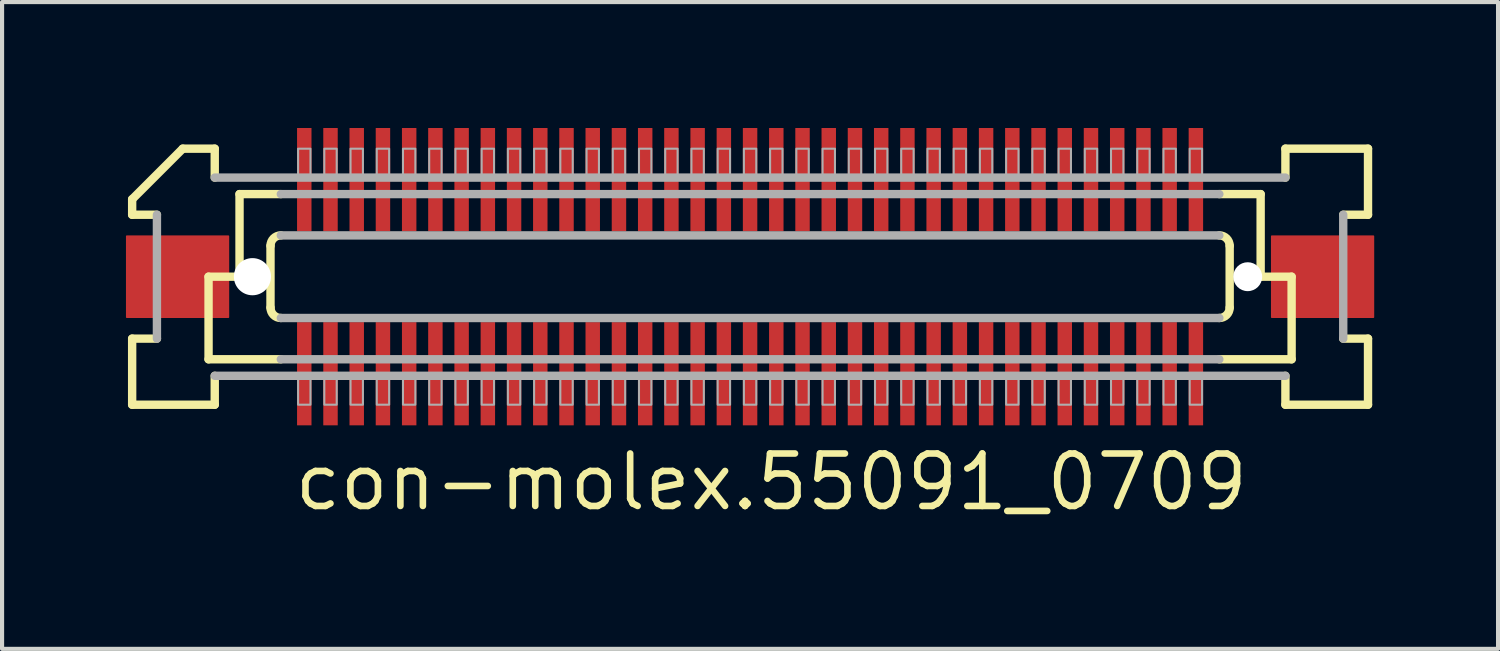
<source format=kicad_pcb>
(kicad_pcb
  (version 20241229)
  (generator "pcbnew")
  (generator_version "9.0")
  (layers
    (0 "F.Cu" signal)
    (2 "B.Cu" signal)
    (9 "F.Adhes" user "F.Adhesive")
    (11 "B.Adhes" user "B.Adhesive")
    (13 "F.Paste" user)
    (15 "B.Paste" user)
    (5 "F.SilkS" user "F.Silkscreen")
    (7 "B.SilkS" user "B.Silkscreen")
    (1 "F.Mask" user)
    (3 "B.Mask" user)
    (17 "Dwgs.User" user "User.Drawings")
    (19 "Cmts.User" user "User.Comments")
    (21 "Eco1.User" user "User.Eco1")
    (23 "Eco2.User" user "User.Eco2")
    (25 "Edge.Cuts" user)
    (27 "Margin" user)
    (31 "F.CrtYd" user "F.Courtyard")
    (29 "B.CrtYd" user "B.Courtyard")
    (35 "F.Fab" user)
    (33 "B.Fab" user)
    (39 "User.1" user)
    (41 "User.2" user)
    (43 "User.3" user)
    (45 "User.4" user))
  (footprint "con-molex.55091_0709"
    (layer "F.Cu")
    (at 15.113 3.65)
    (property "Reference" "con-molex.55091_0709" (at -11.113 5.715 0) (layer "F.SilkS") (effects (font (size 1.27 1.27) (thickness 0.16)) (justify left bottom)))
    (attr smd)
    (fp_rect (start -10.995 -1.075) (end -10.595 -3.625) (stroke (width 0.05) (type default)) (fill yes) (layer "F.Mask"))
    (fp_rect (start -10.995 3.625) (end -10.595 1.075) (stroke (width 0.05) (type default)) (fill yes) (layer "F.Mask"))
    (fp_rect (start -10.36 -1.075) (end -9.96 -3.625) (stroke (width 0.05) (type default)) (fill yes) (layer "F.Mask"))
    (fp_rect (start -10.36 3.625) (end -9.96 1.075) (stroke (width 0.05) (type default)) (fill yes) (layer "F.Mask"))
    (fp_rect (start -9.725 -1.075) (end -9.325 -3.625) (stroke (width 0.05) (type default)) (fill yes) (layer "F.Mask"))
    (fp_rect (start -9.725 3.625) (end -9.325 1.075) (stroke (width 0.05) (type default)) (fill yes) (layer "F.Mask"))
    (fp_rect (start -9.09 -1.075) (end -8.69 -3.625) (stroke (width 0.05) (type default)) (fill yes) (layer "F.Mask"))
    (fp_rect (start -9.09 3.625) (end -8.69 1.075) (stroke (width 0.05) (type default)) (fill yes) (layer "F.Mask"))
    (fp_rect (start -8.455 -1.075) (end -8.055 -3.625) (stroke (width 0.05) (type default)) (fill yes) (layer "F.Mask"))
    (fp_rect (start -8.455 3.625) (end -8.055 1.075) (stroke (width 0.05) (type default)) (fill yes) (layer "F.Mask"))
    (fp_rect (start -7.82 -1.075) (end -7.42 -3.625) (stroke (width 0.05) (type default)) (fill yes) (layer "F.Mask"))
    (fp_rect (start -7.82 3.625) (end -7.42 1.075) (stroke (width 0.05) (type default)) (fill yes) (layer "F.Mask"))
    (fp_rect (start -7.185 -1.075) (end -6.785 -3.625) (stroke (width 0.05) (type default)) (fill yes) (layer "F.Mask"))
    (fp_rect (start -7.185 3.625) (end -6.785 1.075) (stroke (width 0.05) (type default)) (fill yes) (layer "F.Mask"))
    (fp_rect (start -6.55 -1.075) (end -6.15 -3.625) (stroke (width 0.05) (type default)) (fill yes) (layer "F.Mask"))
    (fp_rect (start -6.55 3.625) (end -6.15 1.075) (stroke (width 0.05) (type default)) (fill yes) (layer "F.Mask"))
    (fp_rect (start -5.915 -1.075) (end -5.515 -3.625) (stroke (width 0.05) (type default)) (fill yes) (layer "F.Mask"))
    (fp_rect (start -5.915 3.625) (end -5.515 1.075) (stroke (width 0.05) (type default)) (fill yes) (layer "F.Mask"))
    (fp_rect (start -5.28 -1.075) (end -4.88 -3.625) (stroke (width 0.05) (type default)) (fill yes) (layer "F.Mask"))
    (fp_rect (start -5.28 3.625) (end -4.88 1.075) (stroke (width 0.05) (type default)) (fill yes) (layer "F.Mask"))
    (fp_rect (start -4.645 -1.075) (end -4.245 -3.625) (stroke (width 0.05) (type default)) (fill yes) (layer "F.Mask"))
    (fp_rect (start -4.645 3.625) (end -4.245 1.075) (stroke (width 0.05) (type default)) (fill yes) (layer "F.Mask"))
    (fp_rect (start -4.01 -1.075) (end -3.61 -3.625) (stroke (width 0.05) (type default)) (fill yes) (layer "F.Mask"))
    (fp_rect (start -4.01 3.625) (end -3.61 1.075) (stroke (width 0.05) (type default)) (fill yes) (layer "F.Mask"))
    (fp_rect (start -3.375 -1.075) (end -2.975 -3.625) (stroke (width 0.05) (type default)) (fill yes) (layer "F.Mask"))
    (fp_rect (start -3.375 3.625) (end -2.975 1.075) (stroke (width 0.05) (type default)) (fill yes) (layer "F.Mask"))
    (fp_rect (start -2.74 -1.075) (end -2.34 -3.625) (stroke (width 0.05) (type default)) (fill yes) (layer "F.Mask"))
    (fp_rect (start -2.74 3.625) (end -2.34 1.075) (stroke (width 0.05) (type default)) (fill yes) (layer "F.Mask"))
    (fp_rect (start -2.105 -1.075) (end -1.705 -3.625) (stroke (width 0.05) (type default)) (fill yes) (layer "F.Mask"))
    (fp_rect (start -2.105 3.625) (end -1.705 1.075) (stroke (width 0.05) (type default)) (fill yes) (layer "F.Mask"))
    (fp_rect (start -1.47 -1.075) (end -1.07 -3.625) (stroke (width 0.05) (type default)) (fill yes) (layer "F.Mask"))
    (fp_rect (start -1.47 3.625) (end -1.07 1.075) (stroke (width 0.05) (type default)) (fill yes) (layer "F.Mask"))
    (fp_rect (start -0.835 -1.075) (end -0.435 -3.625) (stroke (width 0.05) (type default)) (fill yes) (layer "F.Mask"))
    (fp_rect (start -0.835 3.625) (end -0.435 1.075) (stroke (width 0.05) (type default)) (fill yes) (layer "F.Mask"))
    (fp_rect (start -0.2 -1.075) (end 0.2 -3.625) (stroke (width 0.05) (type default)) (fill yes) (layer "F.Mask"))
    (fp_rect (start -0.2 3.625) (end 0.2 1.075) (stroke (width 0.05) (type default)) (fill yes) (layer "F.Mask"))
    (fp_rect (start 0.435 -1.075) (end 0.835 -3.625) (stroke (width 0.05) (type default)) (fill yes) (layer "F.Mask"))
    (fp_rect (start 0.435 3.625) (end 0.835 1.075) (stroke (width 0.05) (type default)) (fill yes) (layer "F.Mask"))
    (fp_rect (start 1.07 -1.075) (end 1.47 -3.625) (stroke (width 0.05) (type default)) (fill yes) (layer "F.Mask"))
    (fp_rect (start 1.07 3.625) (end 1.47 1.075) (stroke (width 0.05) (type default)) (fill yes) (layer "F.Mask"))
    (fp_rect (start 1.705 -1.075) (end 2.105 -3.625) (stroke (width 0.05) (type default)) (fill yes) (layer "F.Mask"))
    (fp_rect (start 1.705 3.625) (end 2.105 1.075) (stroke (width 0.05) (type default)) (fill yes) (layer "F.Mask"))
    (fp_rect (start 2.34 -1.075) (end 2.74 -3.625) (stroke (width 0.05) (type default)) (fill yes) (layer "F.Mask"))
    (fp_rect (start 2.34 3.625) (end 2.74 1.075) (stroke (width 0.05) (type default)) (fill yes) (layer "F.Mask"))
    (fp_rect (start 2.975 -1.075) (end 3.375 -3.625) (stroke (width 0.05) (type default)) (fill yes) (layer "F.Mask"))
    (fp_rect (start 2.975 3.625) (end 3.375 1.075) (stroke (width 0.05) (type default)) (fill yes) (layer "F.Mask"))
    (fp_rect (start 3.61 -1.075) (end 4.01 -3.625) (stroke (width 0.05) (type default)) (fill yes) (layer "F.Mask"))
    (fp_rect (start 3.61 3.625) (end 4.01 1.075) (stroke (width 0.05) (type default)) (fill yes) (layer "F.Mask"))
    (fp_rect (start 4.245 -1.075) (end 4.645 -3.625) (stroke (width 0.05) (type default)) (fill yes) (layer "F.Mask"))
    (fp_rect (start 4.245 3.625) (end 4.645 1.075) (stroke (width 0.05) (type default)) (fill yes) (layer "F.Mask"))
    (fp_rect (start 4.88 -1.075) (end 5.28 -3.625) (stroke (width 0.05) (type default)) (fill yes) (layer "F.Mask"))
    (fp_rect (start 4.88 3.625) (end 5.28 1.075) (stroke (width 0.05) (type default)) (fill yes) (layer "F.Mask"))
    (fp_rect (start 5.515 -1.075) (end 5.915 -3.625) (stroke (width 0.05) (type default)) (fill yes) (layer "F.Mask"))
    (fp_rect (start 5.515 3.625) (end 5.915 1.075) (stroke (width 0.05) (type default)) (fill yes) (layer "F.Mask"))
    (fp_rect (start 6.15 -1.075) (end 6.55 -3.625) (stroke (width 0.05) (type default)) (fill yes) (layer "F.Mask"))
    (fp_rect (start 6.15 3.625) (end 6.55 1.075) (stroke (width 0.05) (type default)) (fill yes) (layer "F.Mask"))
    (fp_rect (start 6.785 -1.075) (end 7.185 -3.625) (stroke (width 0.05) (type default)) (fill yes) (layer "F.Mask"))
    (fp_rect (start 6.785 3.625) (end 7.185 1.075) (stroke (width 0.05) (type default)) (fill yes) (layer "F.Mask"))
    (fp_rect (start 7.42 -1.075) (end 7.82 -3.625) (stroke (width 0.05) (type default)) (fill yes) (layer "F.Mask"))
    (fp_rect (start 7.42 3.625) (end 7.82 1.075) (stroke (width 0.05) (type default)) (fill yes) (layer "F.Mask"))
    (fp_rect (start 8.055 -1.075) (end 8.455 -3.625) (stroke (width 0.05) (type default)) (fill yes) (layer "F.Mask"))
    (fp_rect (start 8.055 3.625) (end 8.455 1.075) (stroke (width 0.05) (type default)) (fill yes) (layer "F.Mask"))
    (fp_rect (start 8.69 -1.075) (end 9.09 -3.625) (stroke (width 0.05) (type default)) (fill yes) (layer "F.Mask"))
    (fp_rect (start 8.69 3.625) (end 9.09 1.075) (stroke (width 0.05) (type default)) (fill yes) (layer "F.Mask"))
    (fp_rect (start 9.325 -1.075) (end 9.725 -3.625) (stroke (width 0.05) (type default)) (fill yes) (layer "F.Mask"))
    (fp_rect (start 9.325 3.625) (end 9.725 1.075) (stroke (width 0.05) (type default)) (fill yes) (layer "F.Mask"))
    (fp_rect (start 9.96 -1.075) (end 10.36 -3.625) (stroke (width 0.05) (type default)) (fill yes) (layer "F.Mask"))
    (fp_rect (start 9.96 3.625) (end 10.36 1.075) (stroke (width 0.05) (type default)) (fill yes) (layer "F.Mask"))
    (fp_rect (start 10.595 -1.075) (end 10.995 -3.625) (stroke (width 0.05) (type default)) (fill yes) (layer "F.Mask"))
    (fp_rect (start 10.595 3.625) (end 10.995 1.075) (stroke (width 0.05) (type default)) (fill yes) (layer "F.Mask"))
    (fp_line (start -14.963 -1.5) (end -14.963 -1.875) (stroke (width 0.203) (type default)) (layer "F.SilkS"))
    (fp_line (start -14.963 1.5) (end -14.363 1.5) (stroke (width 0.203) (type default)) (layer "F.SilkS"))
    (fp_line (start -14.963 3.1) (end -14.963 1.5) (stroke (width 0.203) (type default)) (layer "F.SilkS"))
    (fp_line (start -14.363 -1.5) (end -14.963 -1.5) (stroke (width 0.203) (type default)) (layer "F.SilkS"))
    (fp_line (start -13.738 -3.1) (end -14.963 -1.875) (stroke (width 0.203) (type default)) (layer "F.SilkS"))
    (fp_line (start -13.738 -3.1) (end -12.963 -3.1) (stroke (width 0.203) (type default)) (layer "F.SilkS"))
    (fp_line (start -13.113 0) (end -13.113 2) (stroke (width 0.203) (type default)) (layer "F.SilkS"))
    (fp_line (start -13.113 2) (end -11.363 2) (stroke (width 0.203) (type default)) (layer "F.SilkS"))
    (fp_line (start -12.963 -3.1) (end -12.963 -2.4) (stroke (width 0.203) (type default)) (layer "F.SilkS"))
    (fp_line (start -12.963 2.4) (end -12.963 3.1) (stroke (width 0.203) (type default)) (layer "F.SilkS"))
    (fp_line (start -12.963 3.1) (end -14.963 3.1) (stroke (width 0.203) (type default)) (layer "F.SilkS"))
    (fp_line (start -12.363 -2) (end -12.363 0) (stroke (width 0.203) (type default)) (layer "F.SilkS"))
    (fp_line (start -12.363 0) (end -13.113 0) (stroke (width 0.203) (type default)) (layer "F.SilkS"))
    (fp_line (start -11.613 0.75) (end -11.613 -0.75) (stroke (width 0.203) (type default)) (layer "F.SilkS"))
    (fp_line (start -11.363 -2) (end -12.363 -2) (stroke (width 0.203) (type default)) (layer "F.SilkS"))
    (fp_line (start 11.363 2) (end 13.113 2) (stroke (width 0.203) (type default)) (layer "F.SilkS"))
    (fp_line (start 11.613 -0.75) (end 11.613 0.75) (stroke (width 0.203) (type default)) (layer "F.SilkS"))
    (fp_line (start 12.363 -2) (end 11.363 -2) (stroke (width 0.203) (type default)) (layer "F.SilkS"))
    (fp_line (start 12.363 -2) (end 12.363 0) (stroke (width 0.203) (type default)) (layer "F.SilkS"))
    (fp_line (start 12.963 -3.1) (end 14.963 -3.1) (stroke (width 0.203) (type default)) (layer "F.SilkS"))
    (fp_line (start 12.963 -2.4) (end 12.963 -3.1) (stroke (width 0.203) (type default)) (layer "F.SilkS"))
    (fp_line (start 12.963 3.1) (end 12.963 2.4) (stroke (width 0.203) (type default)) (layer "F.SilkS"))
    (fp_line (start 13.113 0) (end 12.363 0) (stroke (width 0.203) (type default)) (layer "F.SilkS"))
    (fp_line (start 13.113 0) (end 13.113 2) (stroke (width 0.203) (type default)) (layer "F.SilkS"))
    (fp_line (start 14.363 1.5) (end 14.963 1.5) (stroke (width 0.203) (type default)) (layer "F.SilkS"))
    (fp_line (start 14.963 -3.1) (end 14.963 -1.5) (stroke (width 0.203) (type default)) (layer "F.SilkS"))
    (fp_line (start 14.963 -1.5) (end 14.363 -1.5) (stroke (width 0.203) (type default)) (layer "F.SilkS"))
    (fp_line (start 14.963 1.5) (end 14.963 3.1) (stroke (width 0.203) (type default)) (layer "F.SilkS"))
    (fp_line (start 14.963 3.1) (end 12.963 3.1) (stroke (width 0.203) (type default)) (layer "F.SilkS"))
    (fp_arc (start -11.6125 -0.75) (mid -11.539277 -0.926777) (end -11.3625 -1) (stroke (width 0.2032) (type default)) (layer "F.SilkS"))
    (fp_arc (start -11.3625 1) (mid -11.539277 0.926777) (end -11.6125 0.75) (stroke (width 0.2032) (type default)) (layer "F.SilkS"))
    (fp_arc (start 11.3625 -1) (mid 11.539277 -0.926777) (end 11.6125 -0.75) (stroke (width 0.2032) (type default)) (layer "F.SilkS"))
    (fp_arc (start 11.6125 0.75) (mid 11.539277 0.926777) (end 11.3625 1) (stroke (width 0.2032) (type default)) (layer "F.SilkS"))
    (fp_line (start -14.363 1.5) (end -14.363 -1.5) (stroke (width 0.203) (type default)) (layer "F.Fab"))
    (fp_line (start -12.963 -2.4) (end 12.963 -2.4) (stroke (width 0.203) (type default)) (layer "F.Fab"))
    (fp_line (start -11.363 -1) (end 11.363 -1) (stroke (width 0.203) (type default)) (layer "F.Fab"))
    (fp_line (start -11.363 2) (end 11.363 2) (stroke (width 0.203) (type default)) (layer "F.Fab"))
    (fp_line (start 11.363 -2) (end -11.363 -2) (stroke (width 0.203) (type default)) (layer "F.Fab"))
    (fp_line (start 11.363 1) (end -11.363 1) (stroke (width 0.203) (type default)) (layer "F.Fab"))
    (fp_line (start 12.963 2.4) (end -12.963 2.4) (stroke (width 0.203) (type default)) (layer "F.Fab"))
    (fp_line (start 14.363 -1.5) (end 14.363 1.5) (stroke (width 0.203) (type default)) (layer "F.Fab"))
    (fp_rect (start -10.945 -2.375) (end -10.645 -3.1) (stroke (width 0.05) (type default)) (fill no) (layer "F.Fab"))
    (fp_rect (start -10.945 3.1) (end -10.645 2.375) (stroke (width 0.05) (type default)) (fill no) (layer "F.Fab"))
    (fp_rect (start -10.31 -2.375) (end -10.01 -3.1) (stroke (width 0.05) (type default)) (fill no) (layer "F.Fab"))
    (fp_rect (start -10.31 3.1) (end -10.01 2.375) (stroke (width 0.05) (type default)) (fill no) (layer "F.Fab"))
    (fp_rect (start -9.675 -2.375) (end -9.375 -3.1) (stroke (width 0.05) (type default)) (fill no) (layer "F.Fab"))
    (fp_rect (start -9.675 3.1) (end -9.375 2.375) (stroke (width 0.05) (type default)) (fill no) (layer "F.Fab"))
    (fp_rect (start -9.04 -2.375) (end -8.74 -3.1) (stroke (width 0.05) (type default)) (fill no) (layer "F.Fab"))
    (fp_rect (start -9.04 3.1) (end -8.74 2.375) (stroke (width 0.05) (type default)) (fill no) (layer "F.Fab"))
    (fp_rect (start -8.405 -2.375) (end -8.105 -3.1) (stroke (width 0.05) (type default)) (fill no) (layer "F.Fab"))
    (fp_rect (start -8.405 3.1) (end -8.105 2.375) (stroke (width 0.05) (type default)) (fill no) (layer "F.Fab"))
    (fp_rect (start -7.77 -2.375) (end -7.47 -3.1) (stroke (width 0.05) (type default)) (fill no) (layer "F.Fab"))
    (fp_rect (start -7.77 3.1) (end -7.47 2.375) (stroke (width 0.05) (type default)) (fill no) (layer "F.Fab"))
    (fp_rect (start -7.135 -2.375) (end -6.835 -3.1) (stroke (width 0.05) (type default)) (fill no) (layer "F.Fab"))
    (fp_rect (start -7.135 3.1) (end -6.835 2.375) (stroke (width 0.05) (type default)) (fill no) (layer "F.Fab"))
    (fp_rect (start -6.5 -2.375) (end -6.2 -3.1) (stroke (width 0.05) (type default)) (fill no) (layer "F.Fab"))
    (fp_rect (start -6.5 3.1) (end -6.2 2.375) (stroke (width 0.05) (type default)) (fill no) (layer "F.Fab"))
    (fp_rect (start -5.865 -2.375) (end -5.565 -3.1) (stroke (width 0.05) (type default)) (fill no) (layer "F.Fab"))
    (fp_rect (start -5.865 3.1) (end -5.565 2.375) (stroke (width 0.05) (type default)) (fill no) (layer "F.Fab"))
    (fp_rect (start -5.23 -2.375) (end -4.93 -3.1) (stroke (width 0.05) (type default)) (fill no) (layer "F.Fab"))
    (fp_rect (start -5.23 3.1) (end -4.93 2.375) (stroke (width 0.05) (type default)) (fill no) (layer "F.Fab"))
    (fp_rect (start -4.595 -2.375) (end -4.295 -3.1) (stroke (width 0.05) (type default)) (fill no) (layer "F.Fab"))
    (fp_rect (start -4.595 3.1) (end -4.295 2.375) (stroke (width 0.05) (type default)) (fill no) (layer "F.Fab"))
    (fp_rect (start -3.96 -2.375) (end -3.66 -3.1) (stroke (width 0.05) (type default)) (fill no) (layer "F.Fab"))
    (fp_rect (start -3.96 3.1) (end -3.66 2.375) (stroke (width 0.05) (type default)) (fill no) (layer "F.Fab"))
    (fp_rect (start -3.325 -2.375) (end -3.025 -3.1) (stroke (width 0.05) (type default)) (fill no) (layer "F.Fab"))
    (fp_rect (start -3.325 3.1) (end -3.025 2.375) (stroke (width 0.05) (type default)) (fill no) (layer "F.Fab"))
    (fp_rect (start -2.69 -2.375) (end -2.39 -3.1) (stroke (width 0.05) (type default)) (fill no) (layer "F.Fab"))
    (fp_rect (start -2.69 3.1) (end -2.39 2.375) (stroke (width 0.05) (type default)) (fill no) (layer "F.Fab"))
    (fp_rect (start -2.055 -2.375) (end -1.755 -3.1) (stroke (width 0.05) (type default)) (fill no) (layer "F.Fab"))
    (fp_rect (start -2.055 3.1) (end -1.755 2.375) (stroke (width 0.05) (type default)) (fill no) (layer "F.Fab"))
    (fp_rect (start -1.42 -2.375) (end -1.12 -3.1) (stroke (width 0.05) (type default)) (fill no) (layer "F.Fab"))
    (fp_rect (start -1.42 3.1) (end -1.12 2.375) (stroke (width 0.05) (type default)) (fill no) (layer "F.Fab"))
    (fp_rect (start -0.785 -2.375) (end -0.485 -3.1) (stroke (width 0.05) (type default)) (fill no) (layer "F.Fab"))
    (fp_rect (start -0.785 3.1) (end -0.485 2.375) (stroke (width 0.05) (type default)) (fill no) (layer "F.Fab"))
    (fp_rect (start -0.15 -2.375) (end 0.15 -3.1) (stroke (width 0.05) (type default)) (fill no) (layer "F.Fab"))
    (fp_rect (start -0.15 3.1) (end 0.15 2.375) (stroke (width 0.05) (type default)) (fill no) (layer "F.Fab"))
    (fp_rect (start 0.485 -2.375) (end 0.785 -3.1) (stroke (width 0.05) (type default)) (fill no) (layer "F.Fab"))
    (fp_rect (start 0.485 3.1) (end 0.785 2.375) (stroke (width 0.05) (type default)) (fill no) (layer "F.Fab"))
    (fp_rect (start 1.12 -2.375) (end 1.42 -3.1) (stroke (width 0.05) (type default)) (fill no) (layer "F.Fab"))
    (fp_rect (start 1.12 3.1) (end 1.42 2.375) (stroke (width 0.05) (type default)) (fill no) (layer "F.Fab"))
    (fp_rect (start 1.755 -2.375) (end 2.055 -3.1) (stroke (width 0.05) (type default)) (fill no) (layer "F.Fab"))
    (fp_rect (start 1.755 3.1) (end 2.055 2.375) (stroke (width 0.05) (type default)) (fill no) (layer "F.Fab"))
    (fp_rect (start 2.39 -2.375) (end 2.69 -3.1) (stroke (width 0.05) (type default)) (fill no) (layer "F.Fab"))
    (fp_rect (start 2.39 3.1) (end 2.69 2.375) (stroke (width 0.05) (type default)) (fill no) (layer "F.Fab"))
    (fp_rect (start 3.025 -2.375) (end 3.325 -3.1) (stroke (width 0.05) (type default)) (fill no) (layer "F.Fab"))
    (fp_rect (start 3.025 3.1) (end 3.325 2.375) (stroke (width 0.05) (type default)) (fill no) (layer "F.Fab"))
    (fp_rect (start 3.66 -2.375) (end 3.96 -3.1) (stroke (width 0.05) (type default)) (fill no) (layer "F.Fab"))
    (fp_rect (start 3.66 3.1) (end 3.96 2.375) (stroke (width 0.05) (type default)) (fill no) (layer "F.Fab"))
    (fp_rect (start 4.295 -2.375) (end 4.595 -3.1) (stroke (width 0.05) (type default)) (fill no) (layer "F.Fab"))
    (fp_rect (start 4.295 3.1) (end 4.595 2.375) (stroke (width 0.05) (type default)) (fill no) (layer "F.Fab"))
    (fp_rect (start 4.93 -2.375) (end 5.23 -3.1) (stroke (width 0.05) (type default)) (fill no) (layer "F.Fab"))
    (fp_rect (start 4.93 3.1) (end 5.23 2.375) (stroke (width 0.05) (type default)) (fill no) (layer "F.Fab"))
    (fp_rect (start 5.565 -2.375) (end 5.865 -3.1) (stroke (width 0.05) (type default)) (fill no) (layer "F.Fab"))
    (fp_rect (start 5.565 3.1) (end 5.865 2.375) (stroke (width 0.05) (type default)) (fill no) (layer "F.Fab"))
    (fp_rect (start 6.2 -2.375) (end 6.5 -3.1) (stroke (width 0.05) (type default)) (fill no) (layer "F.Fab"))
    (fp_rect (start 6.2 3.1) (end 6.5 2.375) (stroke (width 0.05) (type default)) (fill no) (layer "F.Fab"))
    (fp_rect (start 6.835 -2.375) (end 7.135 -3.1) (stroke (width 0.05) (type default)) (fill no) (layer "F.Fab"))
    (fp_rect (start 6.835 3.1) (end 7.135 2.375) (stroke (width 0.05) (type default)) (fill no) (layer "F.Fab"))
    (fp_rect (start 7.47 -2.375) (end 7.77 -3.1) (stroke (width 0.05) (type default)) (fill no) (layer "F.Fab"))
    (fp_rect (start 7.47 3.1) (end 7.77 2.375) (stroke (width 0.05) (type default)) (fill no) (layer "F.Fab"))
    (fp_rect (start 8.105 -2.375) (end 8.405 -3.1) (stroke (width 0.05) (type default)) (fill no) (layer "F.Fab"))
    (fp_rect (start 8.105 3.1) (end 8.405 2.375) (stroke (width 0.05) (type default)) (fill no) (layer "F.Fab"))
    (fp_rect (start 8.74 -2.375) (end 9.04 -3.1) (stroke (width 0.05) (type default)) (fill no) (layer "F.Fab"))
    (fp_rect (start 8.74 3.1) (end 9.04 2.375) (stroke (width 0.05) (type default)) (fill no) (layer "F.Fab"))
    (fp_rect (start 9.375 -2.375) (end 9.675 -3.1) (stroke (width 0.05) (type default)) (fill no) (layer "F.Fab"))
    (fp_rect (start 9.375 3.1) (end 9.675 2.375) (stroke (width 0.05) (type default)) (fill no) (layer "F.Fab"))
    (fp_rect (start 10.01 -2.375) (end 10.31 -3.1) (stroke (width 0.05) (type default)) (fill no) (layer "F.Fab"))
    (fp_rect (start 10.01 3.1) (end 10.31 2.375) (stroke (width 0.05) (type default)) (fill no) (layer "F.Fab"))
    (fp_rect (start 10.645 -2.375) (end 10.945 -3.1) (stroke (width 0.05) (type default)) (fill no) (layer "F.Fab"))
    (fp_rect (start 10.645 3.1) (end 10.945 2.375) (stroke (width 0.05) (type default)) (fill no) (layer "F.Fab"))
    (pad "" np_thru_hole circle (at -12.05 0) (size 0.9 0.9) (drill 0.9) (layers "*.Cu" "*.Mask"))
    (pad "" np_thru_hole circle (at 12.05 0) (size 0.7 0.7) (drill 0.7) (layers "*.Cu" "*.Mask"))
    (pad "1" smd roundrect (at -10.795 -2.35) (size 0.35 2.5) (layers "F.Cu" "F.Mask" "F.Paste") (roundrect_rratio 0.01))
    (pad "2" smd roundrect (at -10.795 2.35 180) (size 0.35 2.5) (layers "F.Cu" "F.Mask" "F.Paste") (roundrect_rratio 0.01))
    (pad "3" smd roundrect (at -10.16 -2.35) (size 0.35 2.5) (layers "F.Cu" "F.Mask" "F.Paste") (roundrect_rratio 0.01))
    (pad "4" smd roundrect (at -10.16 2.35 180) (size 0.35 2.5) (layers "F.Cu" "F.Mask" "F.Paste") (roundrect_rratio 0.01))
    (pad "5" smd roundrect (at -9.525 -2.35) (size 0.35 2.5) (layers "F.Cu" "F.Mask" "F.Paste") (roundrect_rratio 0.01))
    (pad "6" smd roundrect (at -9.525 2.35 180) (size 0.35 2.5) (layers "F.Cu" "F.Mask" "F.Paste") (roundrect_rratio 0.01))
    (pad "7" smd roundrect (at -8.89 -2.35) (size 0.35 2.5) (layers "F.Cu" "F.Mask" "F.Paste") (roundrect_rratio 0.01))
    (pad "8" smd roundrect (at -8.89 2.35 180) (size 0.35 2.5) (layers "F.Cu" "F.Mask" "F.Paste") (roundrect_rratio 0.01))
    (pad "9" smd roundrect (at -8.255 -2.35) (size 0.35 2.5) (layers "F.Cu" "F.Mask" "F.Paste") (roundrect_rratio 0.01))
    (pad "10" smd roundrect (at -8.255 2.35 180) (size 0.35 2.5) (layers "F.Cu" "F.Mask" "F.Paste") (roundrect_rratio 0.01))
    (pad "11" smd roundrect (at -7.62 -2.35) (size 0.35 2.5) (layers "F.Cu" "F.Mask" "F.Paste") (roundrect_rratio 0.01))
    (pad "12" smd roundrect (at -7.62 2.35 180) (size 0.35 2.5) (layers "F.Cu" "F.Mask" "F.Paste") (roundrect_rratio 0.01))
    (pad "13" smd roundrect (at -6.985 -2.35) (size 0.35 2.5) (layers "F.Cu" "F.Mask" "F.Paste") (roundrect_rratio 0.01))
    (pad "14" smd roundrect (at -6.985 2.35 180) (size 0.35 2.5) (layers "F.Cu" "F.Mask" "F.Paste") (roundrect_rratio 0.01))
    (pad "15" smd roundrect (at -6.35 -2.35) (size 0.35 2.5) (layers "F.Cu" "F.Mask" "F.Paste") (roundrect_rratio 0.01))
    (pad "16" smd roundrect (at -6.35 2.35 180) (size 0.35 2.5) (layers "F.Cu" "F.Mask" "F.Paste") (roundrect_rratio 0.01))
    (pad "17" smd roundrect (at -5.715 -2.35) (size 0.35 2.5) (layers "F.Cu" "F.Mask" "F.Paste") (roundrect_rratio 0.01))
    (pad "18" smd roundrect (at -5.715 2.35 180) (size 0.35 2.5) (layers "F.Cu" "F.Mask" "F.Paste") (roundrect_rratio 0.01))
    (pad "19" smd roundrect (at -5.08 -2.35) (size 0.35 2.5) (layers "F.Cu" "F.Mask" "F.Paste") (roundrect_rratio 0.01))
    (pad "20" smd roundrect (at -5.08 2.35 180) (size 0.35 2.5) (layers "F.Cu" "F.Mask" "F.Paste") (roundrect_rratio 0.01))
    (pad "21" smd roundrect (at -4.445 -2.35) (size 0.35 2.5) (layers "F.Cu" "F.Mask" "F.Paste") (roundrect_rratio 0.01))
    (pad "22" smd roundrect (at -4.445 2.35 180) (size 0.35 2.5) (layers "F.Cu" "F.Mask" "F.Paste") (roundrect_rratio 0.01))
    (pad "23" smd roundrect (at -3.81 -2.35) (size 0.35 2.5) (layers "F.Cu" "F.Mask" "F.Paste") (roundrect_rratio 0.01))
    (pad "24" smd roundrect (at -3.81 2.35 180) (size 0.35 2.5) (layers "F.Cu" "F.Mask" "F.Paste") (roundrect_rratio 0.01))
    (pad "25" smd roundrect (at -3.175 -2.35) (size 0.35 2.5) (layers "F.Cu" "F.Mask" "F.Paste") (roundrect_rratio 0.01))
    (pad "26" smd roundrect (at -3.175 2.35 180) (size 0.35 2.5) (layers "F.Cu" "F.Mask" "F.Paste") (roundrect_rratio 0.01))
    (pad "27" smd roundrect (at -2.54 -2.35) (size 0.35 2.5) (layers "F.Cu" "F.Mask" "F.Paste") (roundrect_rratio 0.01))
    (pad "28" smd roundrect (at -2.54 2.35 180) (size 0.35 2.5) (layers "F.Cu" "F.Mask" "F.Paste") (roundrect_rratio 0.01))
    (pad "29" smd roundrect (at -1.905 -2.35) (size 0.35 2.5) (layers "F.Cu" "F.Mask" "F.Paste") (roundrect_rratio 0.01))
    (pad "30" smd roundrect (at -1.905 2.35 180) (size 0.35 2.5) (layers "F.Cu" "F.Mask" "F.Paste") (roundrect_rratio 0.01))
    (pad "31" smd roundrect (at -1.27 -2.35) (size 0.35 2.5) (layers "F.Cu" "F.Mask" "F.Paste") (roundrect_rratio 0.01))
    (pad "32" smd roundrect (at -1.27 2.35 180) (size 0.35 2.5) (layers "F.Cu" "F.Mask" "F.Paste") (roundrect_rratio 0.01))
    (pad "33" smd roundrect (at -0.635 -2.35) (size 0.35 2.5) (layers "F.Cu" "F.Mask" "F.Paste") (roundrect_rratio 0.01))
    (pad "34" smd roundrect (at -0.635 2.35 180) (size 0.35 2.5) (layers "F.Cu" "F.Mask" "F.Paste") (roundrect_rratio 0.01))
    (pad "35" smd roundrect (at 0 -2.35) (size 0.35 2.5) (layers "F.Cu" "F.Mask" "F.Paste") (roundrect_rratio 0.01))
    (pad "36" smd roundrect (at 0 2.35 180) (size 0.35 2.5) (layers "F.Cu" "F.Mask" "F.Paste") (roundrect_rratio 0.01))
    (pad "37" smd roundrect (at 0.635 -2.35) (size 0.35 2.5) (layers "F.Cu" "F.Mask" "F.Paste") (roundrect_rratio 0.01))
    (pad "38" smd roundrect (at 0.635 2.35 180) (size 0.35 2.5) (layers "F.Cu" "F.Mask" "F.Paste") (roundrect_rratio 0.01))
    (pad "39" smd roundrect (at 1.27 -2.35) (size 0.35 2.5) (layers "F.Cu" "F.Mask" "F.Paste") (roundrect_rratio 0.01))
    (pad "40" smd roundrect (at 1.27 2.35 180) (size 0.35 2.5) (layers "F.Cu" "F.Mask" "F.Paste") (roundrect_rratio 0.01))
    (pad "41" smd roundrect (at 1.905 -2.35) (size 0.35 2.5) (layers "F.Cu" "F.Mask" "F.Paste") (roundrect_rratio 0.01))
    (pad "42" smd roundrect (at 1.905 2.35 180) (size 0.35 2.5) (layers "F.Cu" "F.Mask" "F.Paste") (roundrect_rratio 0.01))
    (pad "43" smd roundrect (at 2.54 -2.35) (size 0.35 2.5) (layers "F.Cu" "F.Mask" "F.Paste") (roundrect_rratio 0.01))
    (pad "44" smd roundrect (at 2.54 2.35 180) (size 0.35 2.5) (layers "F.Cu" "F.Mask" "F.Paste") (roundrect_rratio 0.01))
    (pad "45" smd roundrect (at 3.175 -2.35) (size 0.35 2.5) (layers "F.Cu" "F.Mask" "F.Paste") (roundrect_rratio 0.01))
    (pad "46" smd roundrect (at 3.175 2.35 180) (size 0.35 2.5) (layers "F.Cu" "F.Mask" "F.Paste") (roundrect_rratio 0.01))
    (pad "47" smd roundrect (at 3.81 -2.35) (size 0.35 2.5) (layers "F.Cu" "F.Mask" "F.Paste") (roundrect_rratio 0.01))
    (pad "48" smd roundrect (at 3.81 2.35 180) (size 0.35 2.5) (layers "F.Cu" "F.Mask" "F.Paste") (roundrect_rratio 0.01))
    (pad "49" smd roundrect (at 4.445 -2.35) (size 0.35 2.5) (layers "F.Cu" "F.Mask" "F.Paste") (roundrect_rratio 0.01))
    (pad "50" smd roundrect (at 4.445 2.35 180) (size 0.35 2.5) (layers "F.Cu" "F.Mask" "F.Paste") (roundrect_rratio 0.01))
    (pad "51" smd roundrect (at 5.08 -2.35) (size 0.35 2.5) (layers "F.Cu" "F.Mask" "F.Paste") (roundrect_rratio 0.01))
    (pad "52" smd roundrect (at 5.08 2.35 180) (size 0.35 2.5) (layers "F.Cu" "F.Mask" "F.Paste") (roundrect_rratio 0.01))
    (pad "53" smd roundrect (at 5.715 -2.35) (size 0.35 2.5) (layers "F.Cu" "F.Mask" "F.Paste") (roundrect_rratio 0.01))
    (pad "54" smd roundrect (at 5.715 2.35 180) (size 0.35 2.5) (layers "F.Cu" "F.Mask" "F.Paste") (roundrect_rratio 0.01))
    (pad "55" smd roundrect (at 6.35 -2.35) (size 0.35 2.5) (layers "F.Cu" "F.Mask" "F.Paste") (roundrect_rratio 0.01))
    (pad "56" smd roundrect (at 6.35 2.35 180) (size 0.35 2.5) (layers "F.Cu" "F.Mask" "F.Paste") (roundrect_rratio 0.01))
    (pad "57" smd roundrect (at 6.985 -2.35) (size 0.35 2.5) (layers "F.Cu" "F.Mask" "F.Paste") (roundrect_rratio 0.01))
    (pad "58" smd roundrect (at 6.985 2.35 180) (size 0.35 2.5) (layers "F.Cu" "F.Mask" "F.Paste") (roundrect_rratio 0.01))
    (pad "59" smd roundrect (at 7.62 -2.35) (size 0.35 2.5) (layers "F.Cu" "F.Mask" "F.Paste") (roundrect_rratio 0.01))
    (pad "60" smd roundrect (at 7.62 2.35 180) (size 0.35 2.5) (layers "F.Cu" "F.Mask" "F.Paste") (roundrect_rratio 0.01))
    (pad "61" smd roundrect (at 8.255 -2.35) (size 0.35 2.5) (layers "F.Cu" "F.Mask" "F.Paste") (roundrect_rratio 0.01))
    (pad "62" smd roundrect (at 8.255 2.35 180) (size 0.35 2.5) (layers "F.Cu" "F.Mask" "F.Paste") (roundrect_rratio 0.01))
    (pad "63" smd roundrect (at 8.89 -2.35) (size 0.35 2.5) (layers "F.Cu" "F.Mask" "F.Paste") (roundrect_rratio 0.01))
    (pad "64" smd roundrect (at 8.89 2.35 180) (size 0.35 2.5) (layers "F.Cu" "F.Mask" "F.Paste") (roundrect_rratio 0.01))
    (pad "65" smd roundrect (at 9.525 -2.35) (size 0.35 2.5) (layers "F.Cu" "F.Mask" "F.Paste") (roundrect_rratio 0.01))
    (pad "66" smd roundrect (at 9.525 2.35 180) (size 0.35 2.5) (layers "F.Cu" "F.Mask" "F.Paste") (roundrect_rratio 0.01))
    (pad "67" smd roundrect (at 10.16 -2.35) (size 0.35 2.5) (layers "F.Cu" "F.Mask" "F.Paste") (roundrect_rratio 0.01))
    (pad "68" smd roundrect (at 10.16 2.35 180) (size 0.35 2.5) (layers "F.Cu" "F.Mask" "F.Paste") (roundrect_rratio 0.01))
    (pad "69" smd roundrect (at 10.795 -2.35) (size 0.35 2.5) (layers "F.Cu" "F.Mask" "F.Paste") (roundrect_rratio 0.01))
    (pad "70" smd roundrect (at 10.795 2.35 180) (size 0.35 2.5) (layers "F.Cu" "F.Mask" "F.Paste") (roundrect_rratio 0.01))
    (pad "M1" smd roundrect (at -13.863 0) (size 2.5 2) (layers "F.Cu" "F.Mask" "F.Paste") (roundrect_rratio 0.01))
    (pad "M2" smd roundrect (at 13.863 0 180) (size 2.5 2) (layers "F.Cu" "F.Mask" "F.Paste") (roundrect_rratio 0.01)))
  (gr_rect
    (start -3 -3)
    (end 33.225 12.662)
    (stroke (width 0.1) (type default))
    (fill no)
    (layer "Edge.Cuts")))
</source>
